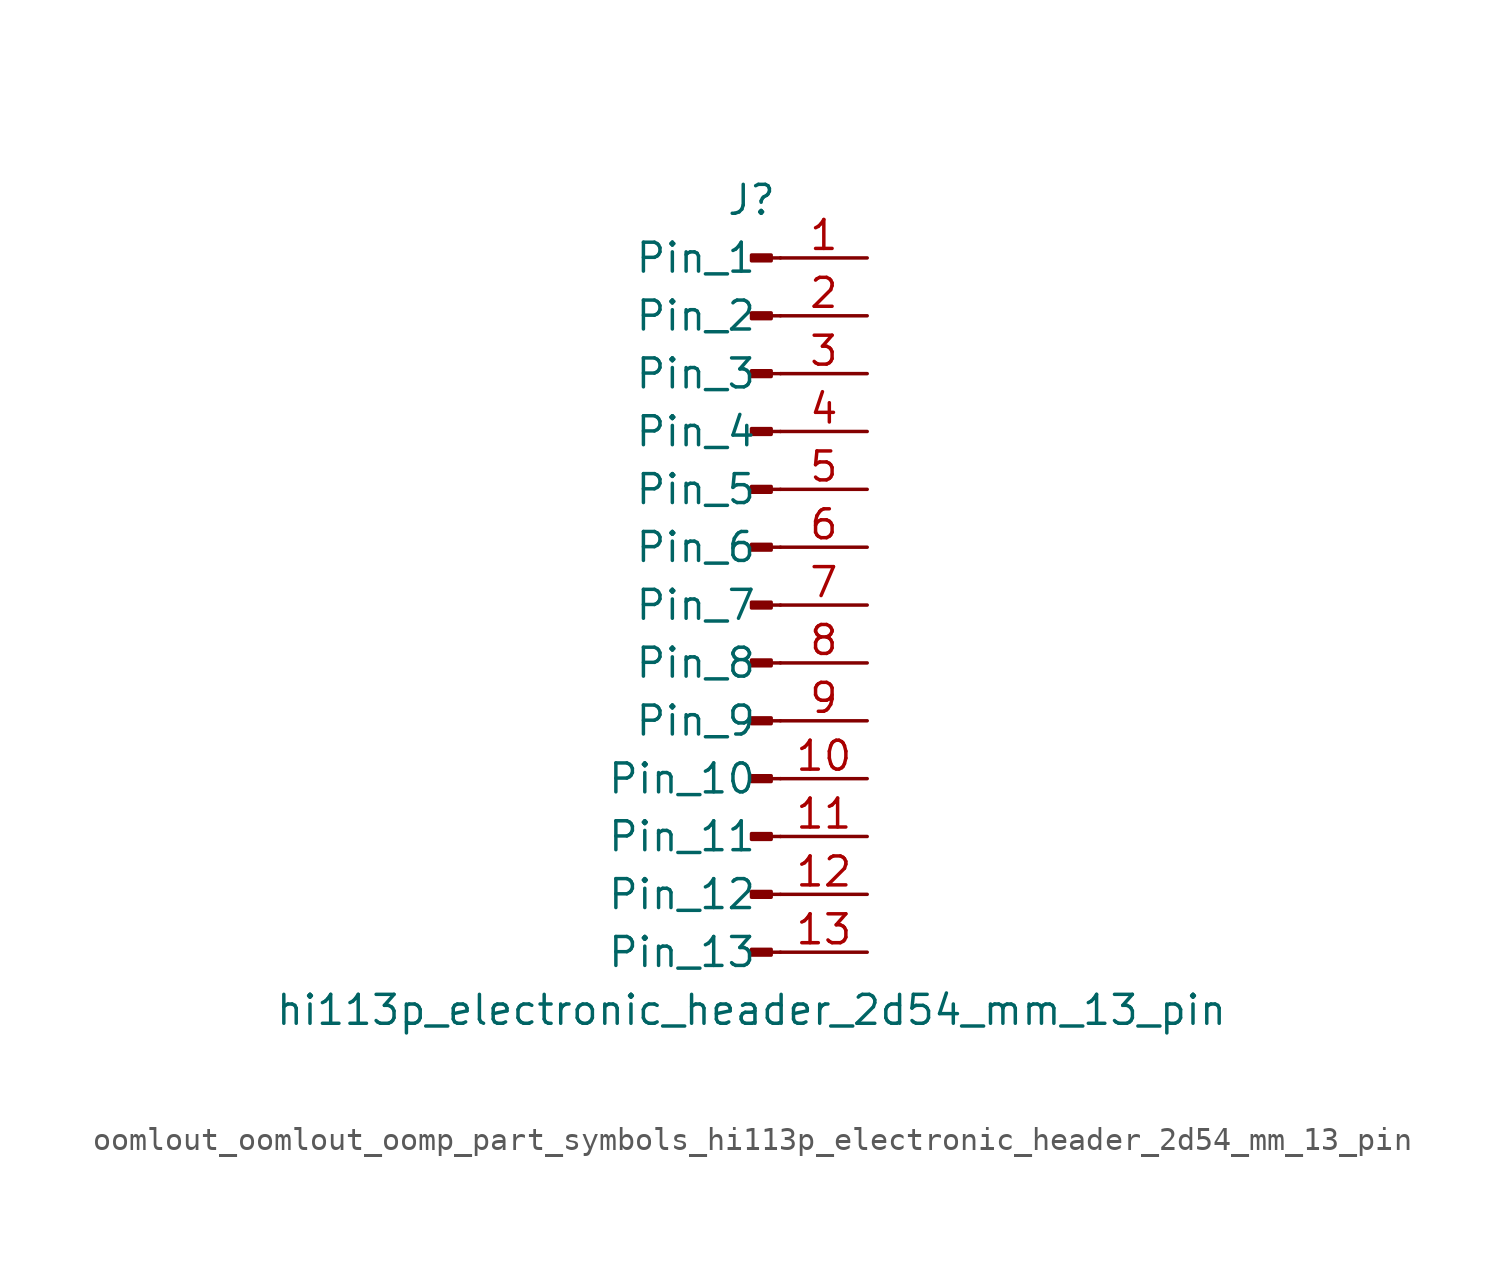
<source format=kicad_sym>
(kicad_symbol_lib
  (version 20220914)
  (generator kicad_symbol_editor)
  (symbol "oomlout_oomlout_oomp_part_symbols_hi113p_electronic_header_2d54_mm_13_pin"
    (pin_names
      (offset 1.016))
    (property "Reference" "J"
      (at 0 17.78 0)
      (effects (font (size 1.27 1.27))))
    (property "Value" "hi113p_electronic_header_2d54_mm_13_pin"
      (at 0 -17.78 0)
      (effects (font (size 1.27 1.27))))
    (property "ki_locked" ""
      (at 0 0 0)
      (effects (font (size 1.27 1.27))))
    (symbol "oomlout_oomlout_oomp_part_symbols_hi113p_electronic_header_2d54_mm_13_pin_1_1"
      (polyline (pts (xy 1.27 -15.24) (xy 0.864 -15.24)) (stroke (width 0.152) (type default)) (fill (type none)))
      (polyline (pts (xy 1.27 -12.7) (xy 0.864 -12.7)) (stroke (width 0.152) (type default)) (fill (type none)))
      (polyline (pts (xy 1.27 -10.16) (xy 0.864 -10.16)) (stroke (width 0.152) (type default)) (fill (type none)))
      (polyline (pts (xy 1.27 -7.62) (xy 0.864 -7.62)) (stroke (width 0.152) (type default)) (fill (type none)))
      (polyline (pts (xy 1.27 -5.08) (xy 0.864 -5.08)) (stroke (width 0.152) (type default)) (fill (type none)))
      (polyline (pts (xy 1.27 -2.54) (xy 0.864 -2.54)) (stroke (width 0.152) (type default)) (fill (type none)))
      (polyline (pts (xy 1.27 0) (xy 0.864 0)) (stroke (width 0.152) (type default)) (fill (type none)))
      (polyline (pts (xy 1.27 2.54) (xy 0.864 2.54)) (stroke (width 0.152) (type default)) (fill (type none)))
      (polyline (pts (xy 1.27 5.08) (xy 0.864 5.08)) (stroke (width 0.152) (type default)) (fill (type none)))
      (polyline (pts (xy 1.27 7.62) (xy 0.864 7.62)) (stroke (width 0.152) (type default)) (fill (type none)))
      (polyline (pts (xy 1.27 10.16) (xy 0.864 10.16)) (stroke (width 0.152) (type default)) (fill (type none)))
      (polyline (pts (xy 1.27 12.7) (xy 0.864 12.7)) (stroke (width 0.152) (type default)) (fill (type none)))
      (polyline (pts (xy 1.27 15.24) (xy 0.864 15.24)) (stroke (width 0.152) (type default)) (fill (type none)))
      (rectangle (start 0.864 -15.113) (end 0 -15.367) (stroke (width 0.152) (type default)) (fill (type outline)))
      (rectangle (start 0.864 -12.573) (end 0 -12.827) (stroke (width 0.152) (type default)) (fill (type outline)))
      (rectangle (start 0.864 -10.033) (end 0 -10.287) (stroke (width 0.152) (type default)) (fill (type outline)))
      (rectangle (start 0.864 -7.493) (end 0 -7.747) (stroke (width 0.152) (type default)) (fill (type outline)))
      (rectangle (start 0.864 -4.953) (end 0 -5.207) (stroke (width 0.152) (type default)) (fill (type outline)))
      (rectangle (start 0.864 -2.413) (end 0 -2.667) (stroke (width 0.152) (type default)) (fill (type outline)))
      (rectangle (start 0.864 0.127) (end 0 -0.127) (stroke (width 0.152) (type default)) (fill (type outline)))
      (rectangle (start 0.864 2.667) (end 0 2.413) (stroke (width 0.152) (type default)) (fill (type outline)))
      (rectangle (start 0.864 5.207) (end 0 4.953) (stroke (width 0.152) (type default)) (fill (type outline)))
      (rectangle (start 0.864 7.747) (end 0 7.493) (stroke (width 0.152) (type default)) (fill (type outline)))
      (rectangle (start 0.864 10.287) (end 0 10.033) (stroke (width 0.152) (type default)) (fill (type outline)))
      (rectangle (start 0.864 12.827) (end 0 12.573) (stroke (width 0.152) (type default)) (fill (type outline)))
      (rectangle (start 0.864 15.367) (end 0 15.113) (stroke (width 0.152) (type default)) (fill (type outline)))
      (pin passive line (at 5.08 15.24 180) (length 3.81) (name "Pin_1" (effects (font (size 1.27 1.27)))) (number "1" (effects (font (size 1.27 1.27)))))
      (pin passive line (at 5.08 -7.62 180) (length 3.81) (name "Pin_10" (effects (font (size 1.27 1.27)))) (number "10" (effects (font (size 1.27 1.27)))))
      (pin passive line (at 5.08 -10.16 180) (length 3.81) (name "Pin_11" (effects (font (size 1.27 1.27)))) (number "11" (effects (font (size 1.27 1.27)))))
      (pin passive line (at 5.08 -12.7 180) (length 3.81) (name "Pin_12" (effects (font (size 1.27 1.27)))) (number "12" (effects (font (size 1.27 1.27)))))
      (pin passive line (at 5.08 -15.24 180) (length 3.81) (name "Pin_13" (effects (font (size 1.27 1.27)))) (number "13" (effects (font (size 1.27 1.27)))))
      (pin passive line (at 5.08 12.7 180) (length 3.81) (name "Pin_2" (effects (font (size 1.27 1.27)))) (number "2" (effects (font (size 1.27 1.27)))))
      (pin passive line (at 5.08 10.16 180) (length 3.81) (name "Pin_3" (effects (font (size 1.27 1.27)))) (number "3" (effects (font (size 1.27 1.27)))))
      (pin passive line (at 5.08 7.62 180) (length 3.81) (name "Pin_4" (effects (font (size 1.27 1.27)))) (number "4" (effects (font (size 1.27 1.27)))))
      (pin passive line (at 5.08 5.08 180) (length 3.81) (name "Pin_5" (effects (font (size 1.27 1.27)))) (number "5" (effects (font (size 1.27 1.27)))))
      (pin passive line (at 5.08 2.54 180) (length 3.81) (name "Pin_6" (effects (font (size 1.27 1.27)))) (number "6" (effects (font (size 1.27 1.27)))))
      (pin passive line (at 5.08 0 180) (length 3.81) (name "Pin_7" (effects (font (size 1.27 1.27)))) (number "7" (effects (font (size 1.27 1.27)))))
      (pin passive line (at 5.08 -2.54 180) (length 3.81) (name "Pin_8" (effects (font (size 1.27 1.27)))) (number "8" (effects (font (size 1.27 1.27)))))
      (pin passive line (at 5.08 -5.08 180) (length 3.81) (name "Pin_9" (effects (font (size 1.27 1.27)))) (number "9" (effects (font (size 1.27 1.27))))))))
</source>
